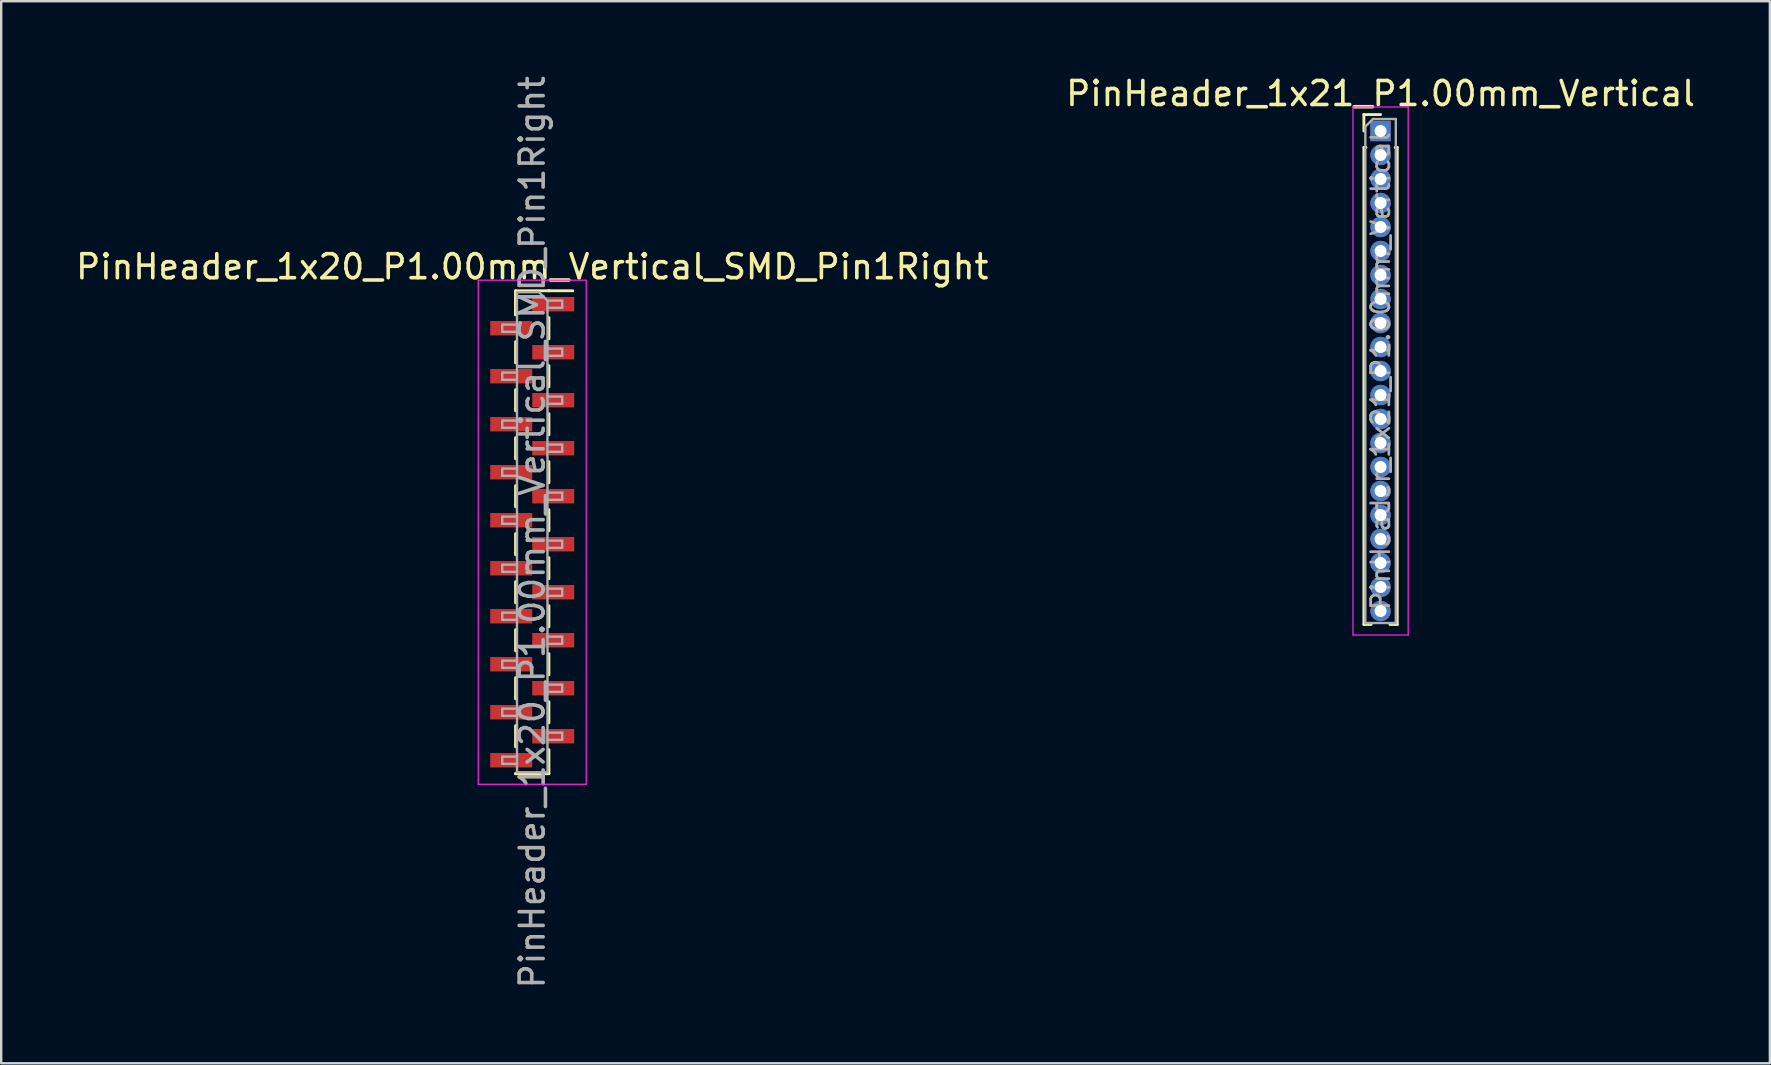
<source format=kicad_pcb>
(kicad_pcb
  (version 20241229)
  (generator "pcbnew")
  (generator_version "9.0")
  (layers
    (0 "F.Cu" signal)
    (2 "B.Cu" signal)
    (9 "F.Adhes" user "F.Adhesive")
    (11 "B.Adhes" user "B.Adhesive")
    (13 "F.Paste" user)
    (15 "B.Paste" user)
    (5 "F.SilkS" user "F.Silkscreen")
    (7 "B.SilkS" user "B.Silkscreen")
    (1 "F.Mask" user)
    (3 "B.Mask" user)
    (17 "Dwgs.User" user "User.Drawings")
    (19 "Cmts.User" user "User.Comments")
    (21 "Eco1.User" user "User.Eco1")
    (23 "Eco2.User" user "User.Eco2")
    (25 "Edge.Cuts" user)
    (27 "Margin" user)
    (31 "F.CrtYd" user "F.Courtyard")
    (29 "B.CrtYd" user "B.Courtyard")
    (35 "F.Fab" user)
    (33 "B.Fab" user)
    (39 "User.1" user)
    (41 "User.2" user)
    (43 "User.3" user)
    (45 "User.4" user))
  (footprint "PinHeader_1x20_P1.00mm_Vertical_SMD_Pin1Right"
    (layer "F.Cu")
    (at 19.125 19.125)
    (property "Reference" "PinHeader_1x20_P1.00mm_Vertical_SMD_Pin1Right" (at 0 -11.06 0) (layer "F.SilkS") (effects (font (size 1 1) (thickness 0.15))))
    (attr smd)
    (fp_line (start -0.695 -10.06) (end -0.695 -9.06) (stroke (width 0.12) (type solid)) (layer "F.SilkS"))
    (fp_line (start -0.695 -10.06) (end 0.695 -10.06) (stroke (width 0.12) (type solid)) (layer "F.SilkS"))
    (fp_line (start -0.695 -9.94) (end -0.695 -9.06) (stroke (width 0.12) (type solid)) (layer "F.SilkS"))
    (fp_line (start -0.695 -7.94) (end -0.695 -7.06) (stroke (width 0.12) (type solid)) (layer "F.SilkS"))
    (fp_line (start -0.695 -5.94) (end -0.695 -5.06) (stroke (width 0.12) (type solid)) (layer "F.SilkS"))
    (fp_line (start -0.695 -3.94) (end -0.695 -3.06) (stroke (width 0.12) (type solid)) (layer "F.SilkS"))
    (fp_line (start -0.695 -1.94) (end -0.695 -1.06) (stroke (width 0.12) (type solid)) (layer "F.SilkS"))
    (fp_line (start -0.695 0.06) (end -0.695 0.94) (stroke (width 0.12) (type solid)) (layer "F.SilkS"))
    (fp_line (start -0.695 2.06) (end -0.695 2.94) (stroke (width 0.12) (type solid)) (layer "F.SilkS"))
    (fp_line (start -0.695 4.06) (end -0.695 4.94) (stroke (width 0.12) (type solid)) (layer "F.SilkS"))
    (fp_line (start -0.695 6.06) (end -0.695 6.94) (stroke (width 0.12) (type solid)) (layer "F.SilkS"))
    (fp_line (start -0.695 8.06) (end -0.695 8.94) (stroke (width 0.12) (type solid)) (layer "F.SilkS"))
    (fp_line (start -0.695 10.06) (end -0.695 10.06) (stroke (width 0.12) (type solid)) (layer "F.SilkS"))
    (fp_line (start -0.695 10.06) (end 0.695 10.06) (stroke (width 0.12) (type solid)) (layer "F.SilkS"))
    (fp_line (start 0.695 -10.06) (end 0.695 -10.06) (stroke (width 0.12) (type solid)) (layer "F.SilkS"))
    (fp_line (start 0.695 -10.06) (end 1.69 -10.06) (stroke (width 0.12) (type solid)) (layer "F.SilkS"))
    (fp_line (start 0.695 -8.94) (end 0.695 -8.06) (stroke (width 0.12) (type solid)) (layer "F.SilkS"))
    (fp_line (start 0.695 -6.94) (end 0.695 -6.06) (stroke (width 0.12) (type solid)) (layer "F.SilkS"))
    (fp_line (start 0.695 -4.94) (end 0.695 -4.06) (stroke (width 0.12) (type solid)) (layer "F.SilkS"))
    (fp_line (start 0.695 -2.94) (end 0.695 -2.06) (stroke (width 0.12) (type solid)) (layer "F.SilkS"))
    (fp_line (start 0.695 -0.94) (end 0.695 -0.06) (stroke (width 0.12) (type solid)) (layer "F.SilkS"))
    (fp_line (start 0.695 1.06) (end 0.695 1.94) (stroke (width 0.12) (type solid)) (layer "F.SilkS"))
    (fp_line (start 0.695 3.06) (end 0.695 3.94) (stroke (width 0.12) (type solid)) (layer "F.SilkS"))
    (fp_line (start 0.695 5.06) (end 0.695 5.94) (stroke (width 0.12) (type solid)) (layer "F.SilkS"))
    (fp_line (start 0.695 7.06) (end 0.695 7.94) (stroke (width 0.12) (type solid)) (layer "F.SilkS"))
    (fp_line (start 0.695 9.06) (end 0.695 10.06) (stroke (width 0.12) (type solid)) (layer "F.SilkS"))
    (fp_line (start -2.25 -10.5) (end -2.25 10.5) (stroke (width 0.05) (type solid)) (layer "F.CrtYd"))
    (fp_line (start -2.25 10.5) (end 2.25 10.5) (stroke (width 0.05) (type solid)) (layer "F.CrtYd"))
    (fp_line (start 2.25 -10.5) (end -2.25 -10.5) (stroke (width 0.05) (type solid)) (layer "F.CrtYd"))
    (fp_line (start 2.25 10.5) (end 2.25 -10.5) (stroke (width 0.05) (type solid)) (layer "F.CrtYd"))
    (fp_line (start -1.25 -8.65) (end -1.25 -8.35) (stroke (width 0.1) (type solid)) (layer "F.Fab"))
    (fp_line (start -1.25 -8.35) (end -0.635 -8.35) (stroke (width 0.1) (type solid)) (layer "F.Fab"))
    (fp_line (start -1.25 -6.65) (end -1.25 -6.35) (stroke (width 0.1) (type solid)) (layer "F.Fab"))
    (fp_line (start -1.25 -6.35) (end -0.635 -6.35) (stroke (width 0.1) (type solid)) (layer "F.Fab"))
    (fp_line (start -1.25 -4.65) (end -1.25 -4.35) (stroke (width 0.1) (type solid)) (layer "F.Fab"))
    (fp_line (start -1.25 -4.35) (end -0.635 -4.35) (stroke (width 0.1) (type solid)) (layer "F.Fab"))
    (fp_line (start -1.25 -2.65) (end -1.25 -2.35) (stroke (width 0.1) (type solid)) (layer "F.Fab"))
    (fp_line (start -1.25 -2.35) (end -0.635 -2.35) (stroke (width 0.1) (type solid)) (layer "F.Fab"))
    (fp_line (start -1.25 -0.65) (end -1.25 -0.35) (stroke (width 0.1) (type solid)) (layer "F.Fab"))
    (fp_line (start -1.25 -0.35) (end -0.635 -0.35) (stroke (width 0.1) (type solid)) (layer "F.Fab"))
    (fp_line (start -1.25 1.35) (end -1.25 1.65) (stroke (width 0.1) (type solid)) (layer "F.Fab"))
    (fp_line (start -1.25 1.65) (end -0.635 1.65) (stroke (width 0.1) (type solid)) (layer "F.Fab"))
    (fp_line (start -1.25 3.35) (end -1.25 3.65) (stroke (width 0.1) (type solid)) (layer "F.Fab"))
    (fp_line (start -1.25 3.65) (end -0.635 3.65) (stroke (width 0.1) (type solid)) (layer "F.Fab"))
    (fp_line (start -1.25 5.35) (end -1.25 5.65) (stroke (width 0.1) (type solid)) (layer "F.Fab"))
    (fp_line (start -1.25 5.65) (end -0.635 5.65) (stroke (width 0.1) (type solid)) (layer "F.Fab"))
    (fp_line (start -1.25 7.35) (end -1.25 7.65) (stroke (width 0.1) (type solid)) (layer "F.Fab"))
    (fp_line (start -1.25 7.65) (end -0.635 7.65) (stroke (width 0.1) (type solid)) (layer "F.Fab"))
    (fp_line (start -1.25 9.35) (end -1.25 9.65) (stroke (width 0.1) (type solid)) (layer "F.Fab"))
    (fp_line (start -1.25 9.65) (end -0.635 9.65) (stroke (width 0.1) (type solid)) (layer "F.Fab"))
    (fp_line (start -0.635 -10) (end -0.635 10) (stroke (width 0.1) (type solid)) (layer "F.Fab"))
    (fp_line (start -0.635 -10) (end 0.285 -10) (stroke (width 0.1) (type solid)) (layer "F.Fab"))
    (fp_line (start -0.635 -8.65) (end -1.25 -8.65) (stroke (width 0.1) (type solid)) (layer "F.Fab"))
    (fp_line (start -0.635 -6.65) (end -1.25 -6.65) (stroke (width 0.1) (type solid)) (layer "F.Fab"))
    (fp_line (start -0.635 -4.65) (end -1.25 -4.65) (stroke (width 0.1) (type solid)) (layer "F.Fab"))
    (fp_line (start -0.635 -2.65) (end -1.25 -2.65) (stroke (width 0.1) (type solid)) (layer "F.Fab"))
    (fp_line (start -0.635 -0.65) (end -1.25 -0.65) (stroke (width 0.1) (type solid)) (layer "F.Fab"))
    (fp_line (start -0.635 1.35) (end -1.25 1.35) (stroke (width 0.1) (type solid)) (layer "F.Fab"))
    (fp_line (start -0.635 3.35) (end -1.25 3.35) (stroke (width 0.1) (type solid)) (layer "F.Fab"))
    (fp_line (start -0.635 5.35) (end -1.25 5.35) (stroke (width 0.1) (type solid)) (layer "F.Fab"))
    (fp_line (start -0.635 7.35) (end -1.25 7.35) (stroke (width 0.1) (type solid)) (layer "F.Fab"))
    (fp_line (start -0.635 9.35) (end -1.25 9.35) (stroke (width 0.1) (type solid)) (layer "F.Fab"))
    (fp_line (start 0.635 -9.65) (end 0.285 -10) (stroke (width 0.1) (type solid)) (layer "F.Fab"))
    (fp_line (start 0.635 -9.65) (end 1.25 -9.65) (stroke (width 0.1) (type solid)) (layer "F.Fab"))
    (fp_line (start 0.635 -7.65) (end 1.25 -7.65) (stroke (width 0.1) (type solid)) (layer "F.Fab"))
    (fp_line (start 0.635 -5.65) (end 1.25 -5.65) (stroke (width 0.1) (type solid)) (layer "F.Fab"))
    (fp_line (start 0.635 -3.65) (end 1.25 -3.65) (stroke (width 0.1) (type solid)) (layer "F.Fab"))
    (fp_line (start 0.635 -1.65) (end 1.25 -1.65) (stroke (width 0.1) (type solid)) (layer "F.Fab"))
    (fp_line (start 0.635 0.35) (end 1.25 0.35) (stroke (width 0.1) (type solid)) (layer "F.Fab"))
    (fp_line (start 0.635 2.35) (end 1.25 2.35) (stroke (width 0.1) (type solid)) (layer "F.Fab"))
    (fp_line (start 0.635 4.35) (end 1.25 4.35) (stroke (width 0.1) (type solid)) (layer "F.Fab"))
    (fp_line (start 0.635 6.35) (end 1.25 6.35) (stroke (width 0.1) (type solid)) (layer "F.Fab"))
    (fp_line (start 0.635 8.35) (end 1.25 8.35) (stroke (width 0.1) (type solid)) (layer "F.Fab"))
    (fp_line (start 0.635 10) (end -0.635 10) (stroke (width 0.1) (type solid)) (layer "F.Fab"))
    (fp_line (start 0.635 10) (end 0.635 -9.65) (stroke (width 0.1) (type solid)) (layer "F.Fab"))
    (fp_line (start 1.25 -9.65) (end 1.25 -9.35) (stroke (width 0.1) (type solid)) (layer "F.Fab"))
    (fp_line (start 1.25 -9.35) (end 0.635 -9.35) (stroke (width 0.1) (type solid)) (layer "F.Fab"))
    (fp_line (start 1.25 -7.65) (end 1.25 -7.35) (stroke (width 0.1) (type solid)) (layer "F.Fab"))
    (fp_line (start 1.25 -7.35) (end 0.635 -7.35) (stroke (width 0.1) (type solid)) (layer "F.Fab"))
    (fp_line (start 1.25 -5.65) (end 1.25 -5.35) (stroke (width 0.1) (type solid)) (layer "F.Fab"))
    (fp_line (start 1.25 -5.35) (end 0.635 -5.35) (stroke (width 0.1) (type solid)) (layer "F.Fab"))
    (fp_line (start 1.25 -3.65) (end 1.25 -3.35) (stroke (width 0.1) (type solid)) (layer "F.Fab"))
    (fp_line (start 1.25 -3.35) (end 0.635 -3.35) (stroke (width 0.1) (type solid)) (layer "F.Fab"))
    (fp_line (start 1.25 -1.65) (end 1.25 -1.35) (stroke (width 0.1) (type solid)) (layer "F.Fab"))
    (fp_line (start 1.25 -1.35) (end 0.635 -1.35) (stroke (width 0.1) (type solid)) (layer "F.Fab"))
    (fp_line (start 1.25 0.35) (end 1.25 0.65) (stroke (width 0.1) (type solid)) (layer "F.Fab"))
    (fp_line (start 1.25 0.65) (end 0.635 0.65) (stroke (width 0.1) (type solid)) (layer "F.Fab"))
    (fp_line (start 1.25 2.35) (end 1.25 2.65) (stroke (width 0.1) (type solid)) (layer "F.Fab"))
    (fp_line (start 1.25 2.65) (end 0.635 2.65) (stroke (width 0.1) (type solid)) (layer "F.Fab"))
    (fp_line (start 1.25 4.35) (end 1.25 4.65) (stroke (width 0.1) (type solid)) (layer "F.Fab"))
    (fp_line (start 1.25 4.65) (end 0.635 4.65) (stroke (width 0.1) (type solid)) (layer "F.Fab"))
    (fp_line (start 1.25 6.35) (end 1.25 6.65) (stroke (width 0.1) (type solid)) (layer "F.Fab"))
    (fp_line (start 1.25 6.65) (end 0.635 6.65) (stroke (width 0.1) (type solid)) (layer "F.Fab"))
    (fp_line (start 1.25 8.35) (end 1.25 8.65) (stroke (width 0.1) (type solid)) (layer "F.Fab"))
    (fp_line (start 1.25 8.65) (end 0.635 8.65) (stroke (width 0.1) (type solid)) (layer "F.Fab"))
    (fp_text user "${REFERENCE}" (at 0 0 90) (layer "F.Fab") (effects (font (size 1 1) (thickness 0.15))))
    (pad "1" smd rect (at 0.875 -9.5) (size 1.75 0.6) (layers "F.Cu" "F.Mask" "F.Paste"))
    (pad "2" smd rect (at -0.875 -8.5) (size 1.75 0.6) (layers "F.Cu" "F.Mask" "F.Paste"))
    (pad "3" smd rect (at 0.875 -7.5) (size 1.75 0.6) (layers "F.Cu" "F.Mask" "F.Paste"))
    (pad "4" smd rect (at -0.875 -6.5) (size 1.75 0.6) (layers "F.Cu" "F.Mask" "F.Paste"))
    (pad "5" smd rect (at 0.875 -5.5) (size 1.75 0.6) (layers "F.Cu" "F.Mask" "F.Paste"))
    (pad "6" smd rect (at -0.875 -4.5) (size 1.75 0.6) (layers "F.Cu" "F.Mask" "F.Paste"))
    (pad "7" smd rect (at 0.875 -3.5) (size 1.75 0.6) (layers "F.Cu" "F.Mask" "F.Paste"))
    (pad "8" smd rect (at -0.875 -2.5) (size 1.75 0.6) (layers "F.Cu" "F.Mask" "F.Paste"))
    (pad "9" smd rect (at 0.875 -1.5) (size 1.75 0.6) (layers "F.Cu" "F.Mask" "F.Paste"))
    (pad "10" smd rect (at -0.875 -0.5) (size 1.75 0.6) (layers "F.Cu" "F.Mask" "F.Paste"))
    (pad "11" smd rect (at 0.875 0.5) (size 1.75 0.6) (layers "F.Cu" "F.Mask" "F.Paste"))
    (pad "12" smd rect (at -0.875 1.5) (size 1.75 0.6) (layers "F.Cu" "F.Mask" "F.Paste"))
    (pad "13" smd rect (at 0.875 2.5) (size 1.75 0.6) (layers "F.Cu" "F.Mask" "F.Paste"))
    (pad "14" smd rect (at -0.875 3.5) (size 1.75 0.6) (layers "F.Cu" "F.Mask" "F.Paste"))
    (pad "15" smd rect (at 0.875 4.5) (size 1.75 0.6) (layers "F.Cu" "F.Mask" "F.Paste"))
    (pad "16" smd rect (at -0.875 5.5) (size 1.75 0.6) (layers "F.Cu" "F.Mask" "F.Paste"))
    (pad "17" smd rect (at 0.875 6.5) (size 1.75 0.6) (layers "F.Cu" "F.Mask" "F.Paste"))
    (pad "18" smd rect (at -0.875 7.5) (size 1.75 0.6) (layers "F.Cu" "F.Mask" "F.Paste"))
    (pad "19" smd rect (at 0.875 8.5) (size 1.75 0.6) (layers "F.Cu" "F.Mask" "F.Paste"))
    (pad "20" smd rect (at -0.875 9.5) (size 1.75 0.6) (layers "F.Cu" "F.Mask" "F.Paste")))
  (footprint "PinHeader_1x21_P1.00mm_Vertical"
    (layer "F.Cu")
    (at 54.47 2.408)
    (property "Reference" "PinHeader_1x21_P1.00mm_Vertical" (at 0 -1.56 0) (layer "F.SilkS") (effects (font (size 1 1) (thickness 0.15))))
    (attr through_hole)
    (fp_line (start -0.695 -0.685) (end 0 -0.685) (stroke (width 0.12) (type solid)) (layer "F.SilkS"))
    (fp_line (start -0.695 0) (end -0.695 -0.685) (stroke (width 0.12) (type solid)) (layer "F.SilkS"))
    (fp_line (start -0.695 0.685) (end -0.695 20.56) (stroke (width 0.12) (type solid)) (layer "F.SilkS"))
    (fp_line (start -0.695 0.685) (end -0.608 0.685) (stroke (width 0.12) (type solid)) (layer "F.SilkS"))
    (fp_line (start -0.695 20.56) (end -0.394 20.56) (stroke (width 0.12) (type solid)) (layer "F.SilkS"))
    (fp_line (start 0.394 20.56) (end 0.695 20.56) (stroke (width 0.12) (type solid)) (layer "F.SilkS"))
    (fp_line (start 0.608 0.685) (end 0.695 0.685) (stroke (width 0.12) (type solid)) (layer "F.SilkS"))
    (fp_line (start 0.695 0.685) (end 0.695 20.56) (stroke (width 0.12) (type solid)) (layer "F.SilkS"))
    (fp_line (start -1.15 -1) (end -1.15 21) (stroke (width 0.05) (type solid)) (layer "F.CrtYd"))
    (fp_line (start -1.15 21) (end 1.15 21) (stroke (width 0.05) (type solid)) (layer "F.CrtYd"))
    (fp_line (start 1.15 -1) (end -1.15 -1) (stroke (width 0.05) (type solid)) (layer "F.CrtYd"))
    (fp_line (start 1.15 21) (end 1.15 -1) (stroke (width 0.05) (type solid)) (layer "F.CrtYd"))
    (fp_line (start -0.635 -0.182) (end -0.318 -0.5) (stroke (width 0.1) (type solid)) (layer "F.Fab"))
    (fp_line (start -0.635 20.5) (end -0.635 -0.182) (stroke (width 0.1) (type solid)) (layer "F.Fab"))
    (fp_line (start -0.318 -0.5) (end 0.635 -0.5) (stroke (width 0.1) (type solid)) (layer "F.Fab"))
    (fp_line (start 0.635 -0.5) (end 0.635 20.5) (stroke (width 0.1) (type solid)) (layer "F.Fab"))
    (fp_line (start 0.635 20.5) (end -0.635 20.5) (stroke (width 0.1) (type solid)) (layer "F.Fab"))
    (fp_text user "${REFERENCE}" (at 0 10 90) (layer "F.Fab") (effects (font (size 0.76 0.76) (thickness 0.114))))
    (pad "1" thru_hole rect (at 0 0) (size 0.85 0.85) (drill 0.5) (layers "*.Cu" "*.Mask"))
    (pad "2" thru_hole oval (at 0 1) (size 0.85 0.85) (drill 0.5) (layers "*.Cu" "*.Mask"))
    (pad "3" thru_hole oval (at 0 2) (size 0.85 0.85) (drill 0.5) (layers "*.Cu" "*.Mask"))
    (pad "4" thru_hole oval (at 0 3) (size 0.85 0.85) (drill 0.5) (layers "*.Cu" "*.Mask"))
    (pad "5" thru_hole oval (at 0 4) (size 0.85 0.85) (drill 0.5) (layers "*.Cu" "*.Mask"))
    (pad "6" thru_hole oval (at 0 5) (size 0.85 0.85) (drill 0.5) (layers "*.Cu" "*.Mask"))
    (pad "7" thru_hole oval (at 0 6) (size 0.85 0.85) (drill 0.5) (layers "*.Cu" "*.Mask"))
    (pad "8" thru_hole oval (at 0 7) (size 0.85 0.85) (drill 0.5) (layers "*.Cu" "*.Mask"))
    (pad "9" thru_hole oval (at 0 8) (size 0.85 0.85) (drill 0.5) (layers "*.Cu" "*.Mask"))
    (pad "10" thru_hole oval (at 0 9) (size 0.85 0.85) (drill 0.5) (layers "*.Cu" "*.Mask"))
    (pad "11" thru_hole oval (at 0 10) (size 0.85 0.85) (drill 0.5) (layers "*.Cu" "*.Mask"))
    (pad "12" thru_hole oval (at 0 11) (size 0.85 0.85) (drill 0.5) (layers "*.Cu" "*.Mask"))
    (pad "13" thru_hole oval (at 0 12) (size 0.85 0.85) (drill 0.5) (layers "*.Cu" "*.Mask"))
    (pad "14" thru_hole oval (at 0 13) (size 0.85 0.85) (drill 0.5) (layers "*.Cu" "*.Mask"))
    (pad "15" thru_hole oval (at 0 14) (size 0.85 0.85) (drill 0.5) (layers "*.Cu" "*.Mask"))
    (pad "16" thru_hole oval (at 0 15) (size 0.85 0.85) (drill 0.5) (layers "*.Cu" "*.Mask"))
    (pad "17" thru_hole oval (at 0 16) (size 0.85 0.85) (drill 0.5) (layers "*.Cu" "*.Mask"))
    (pad "18" thru_hole oval (at 0 17) (size 0.85 0.85) (drill 0.5) (layers "*.Cu" "*.Mask"))
    (pad "19" thru_hole oval (at 0 18) (size 0.85 0.85) (drill 0.5) (layers "*.Cu" "*.Mask"))
    (pad "20" thru_hole oval (at 0 19) (size 0.85 0.85) (drill 0.5) (layers "*.Cu" "*.Mask"))
    (pad "21" thru_hole oval (at 0 20) (size 0.85 0.85) (drill 0.5) (layers "*.Cu" "*.Mask")))
  (gr_rect
    (start -3 -3)
    (end 70.69 41.25)
    (stroke (width 0.1) (type default))
    (fill no)
    (layer "Edge.Cuts")))
</source>
